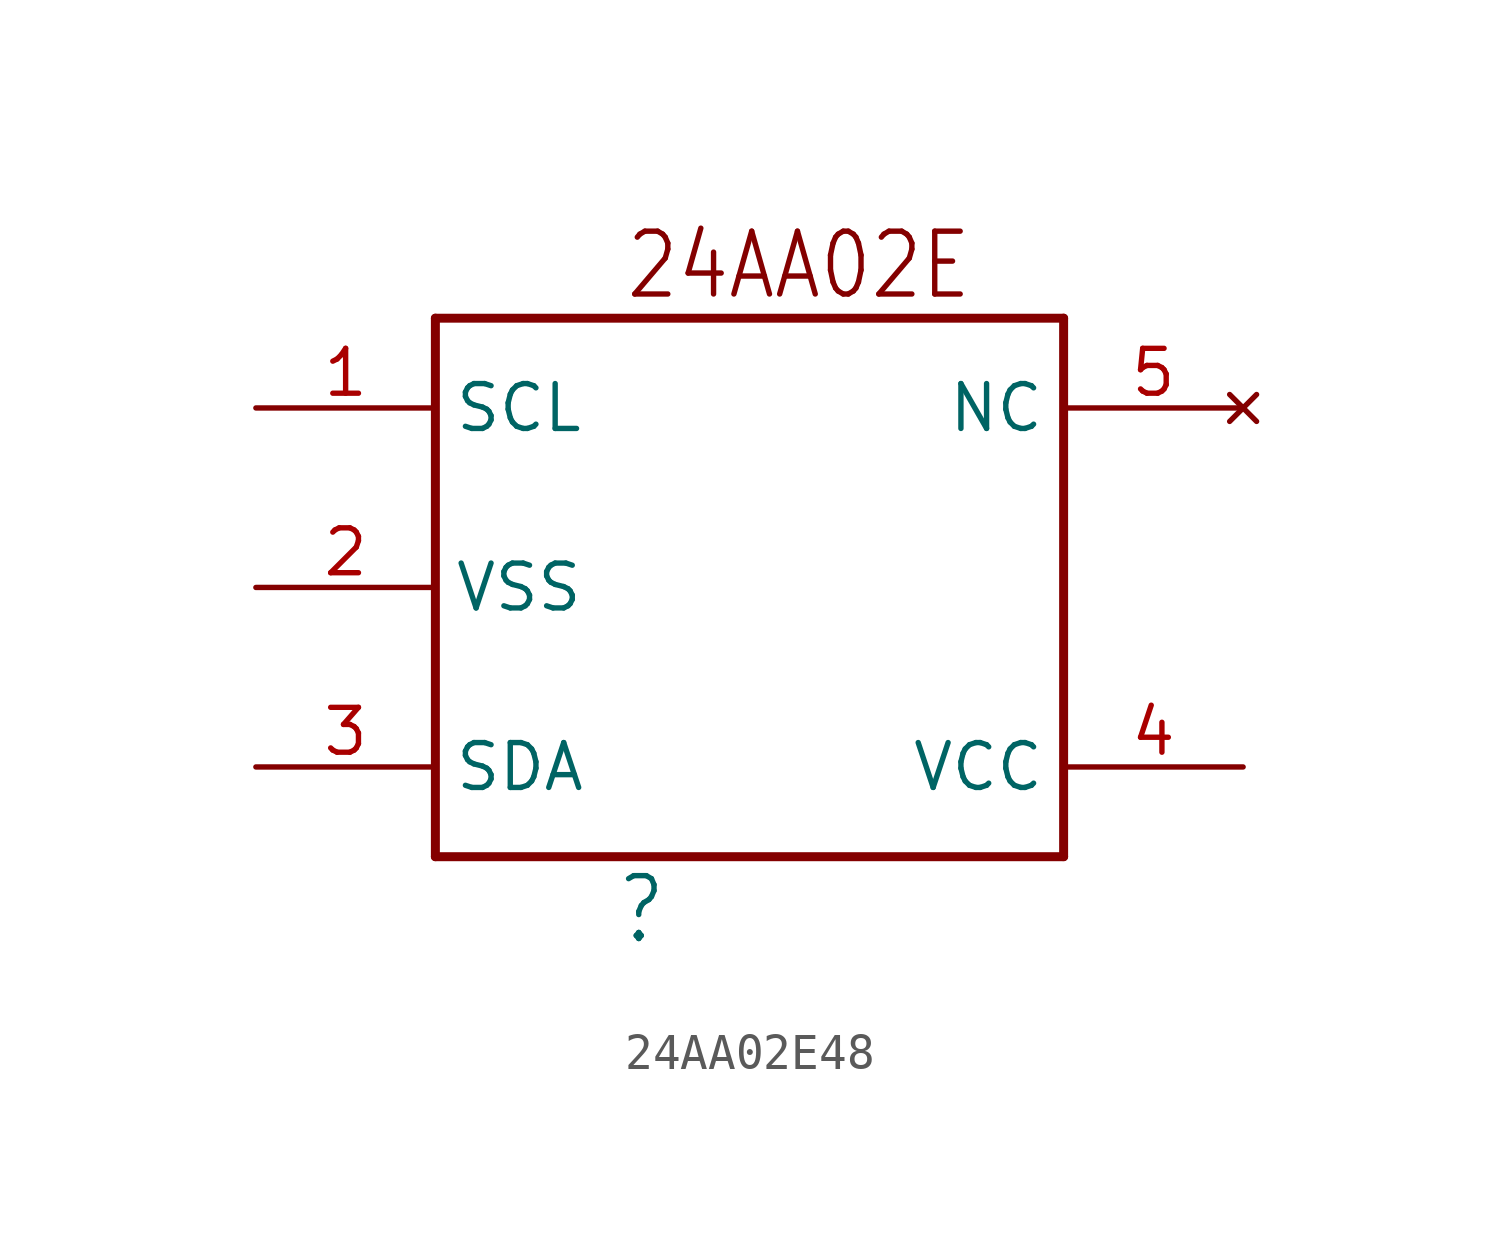
<source format=kicad_sym>
(kicad_symbol_lib
  (version 20211014)
  (generator kicad_symbol_editor)
  (symbol "24AA02E48"
    (property "Reference" ""
      (at -2.54 -10.16 0)
      (effects (font (size 1.778 1.511)) (justify left bottom)))
    (property "ki_locked" ""
      (at 0 0 0)
      (effects (font (size 1.27 1.27))))
    (symbol "24AA02E48_1_0"
      (polyline (pts (xy -7.62 -7.62) (xy -7.62 7.62)) (stroke (width 0.254) (type default) (color 0 0 0 0)) (fill (type none)))
      (polyline (pts (xy -7.62 7.62) (xy 10.16 7.62)) (stroke (width 0.254) (type default) (color 0 0 0 0)) (fill (type none)))
      (polyline (pts (xy 10.16 -7.62) (xy -7.62 -7.62)) (stroke (width 0.254) (type default) (color 0 0 0 0)) (fill (type none)))
      (polyline (pts (xy 10.16 7.62) (xy 10.16 -7.62)) (stroke (width 0.254) (type default) (color 0 0 0 0)) (fill (type none)))
      (text "24AA02E" (at 7.62 10.16 0) (effects (font (size 1.778 1.511)) (justify right top)))
      (pin bidirectional line (at -12.7 5.08 0) (length 5.08) (name "SCL" (effects (font (size 1.27 1.27)))) (number "1" (effects (font (size 1.27 1.27)))))
      (pin power_in line (at -12.7 0 0) (length 5.08) (name "VSS" (effects (font (size 1.27 1.27)))) (number "2" (effects (font (size 1.27 1.27)))))
      (pin bidirectional line (at -12.7 -5.08 0) (length 5.08) (name "SDA" (effects (font (size 1.27 1.27)))) (number "3" (effects (font (size 1.27 1.27)))))
      (pin power_in line (at 15.24 -5.08 180) (length 5.08) (name "VCC" (effects (font (size 1.27 1.27)))) (number "4" (effects (font (size 1.27 1.27)))))
      (pin no_connect line (at 15.24 5.08 180) (length 5.08) (name "NC" (effects (font (size 1.27 1.27)))) (number "5" (effects (font (size 1.27 1.27))))))))
</source>
